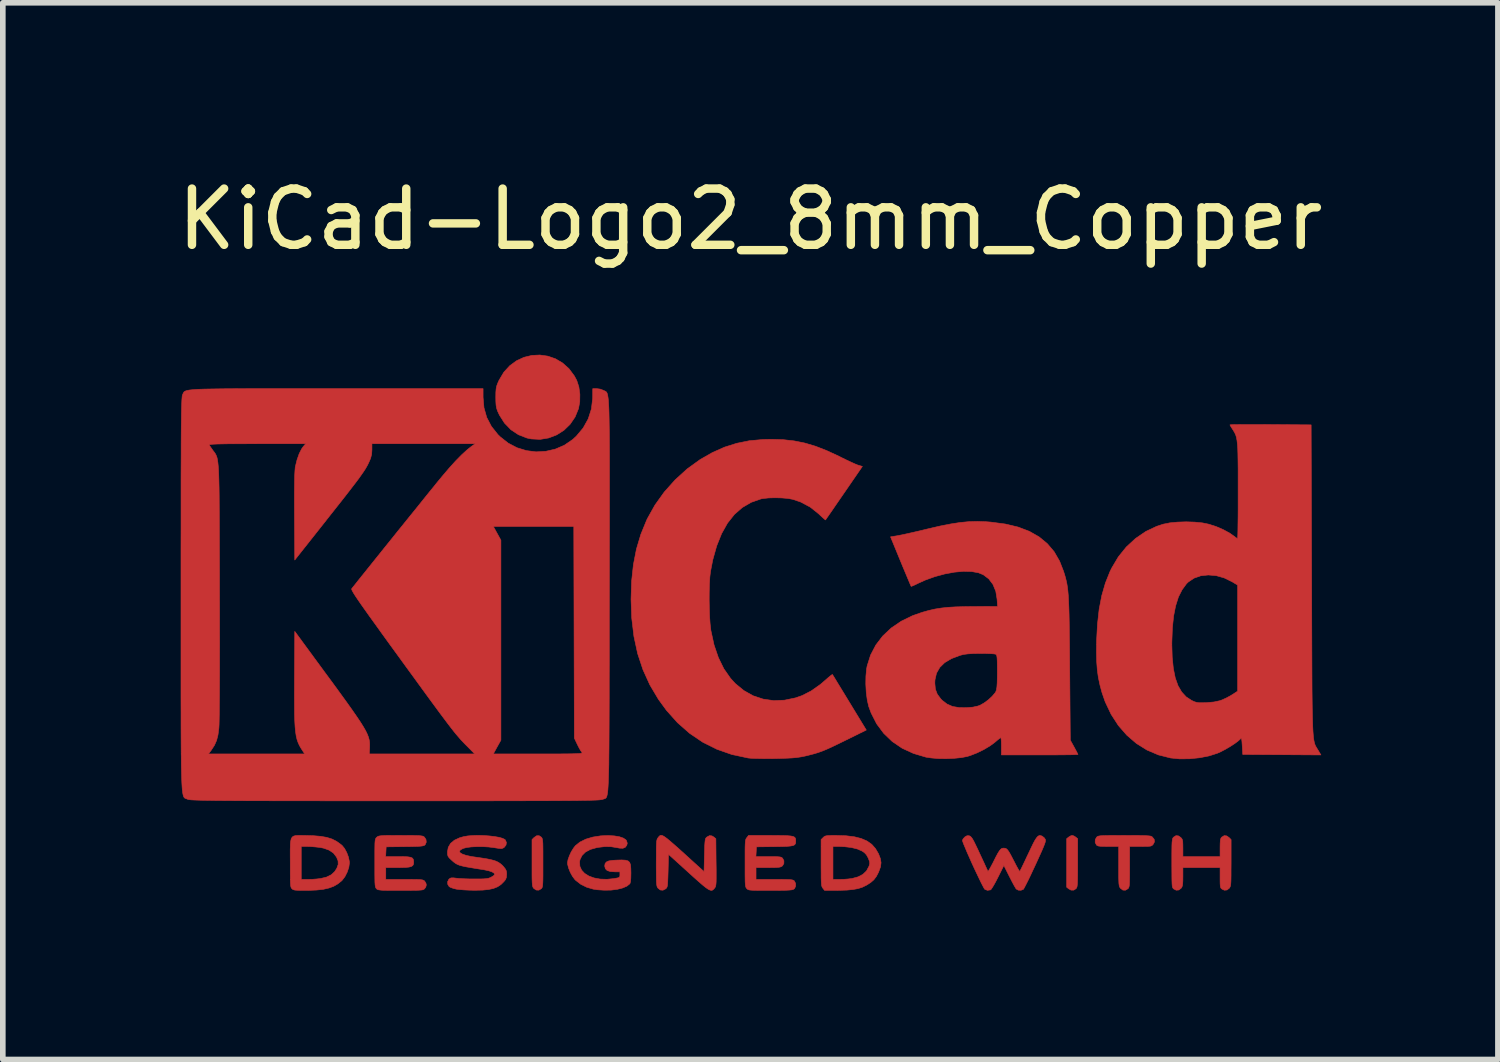
<source format=kicad_pcb>
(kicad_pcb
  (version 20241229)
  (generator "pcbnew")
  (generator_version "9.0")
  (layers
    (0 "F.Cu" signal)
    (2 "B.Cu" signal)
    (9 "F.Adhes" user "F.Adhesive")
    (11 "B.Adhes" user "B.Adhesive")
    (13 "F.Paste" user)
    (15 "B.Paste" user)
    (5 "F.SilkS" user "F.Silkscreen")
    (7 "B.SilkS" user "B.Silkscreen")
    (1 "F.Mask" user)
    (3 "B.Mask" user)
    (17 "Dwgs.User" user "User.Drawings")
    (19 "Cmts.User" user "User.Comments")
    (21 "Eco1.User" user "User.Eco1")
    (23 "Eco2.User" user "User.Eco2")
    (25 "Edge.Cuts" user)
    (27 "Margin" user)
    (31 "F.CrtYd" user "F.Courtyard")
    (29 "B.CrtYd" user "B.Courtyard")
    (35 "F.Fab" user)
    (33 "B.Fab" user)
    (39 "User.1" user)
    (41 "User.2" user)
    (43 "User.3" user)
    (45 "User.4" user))
  (footprint "KiCad-Logo2_8mm_Copper"
    (layer "F.Cu")
    (at 10.292 7.198)
    (property "Reference" "KiCad-Logo2_8mm_Copper" (at 0 -6.35 0) (layer "F.SilkS") (effects (font (size 1 1) (thickness 0.15))))
    (attr exclude_from_pos_files exclude_from_bom)
    (fp_poly (pts (xy 5.752 4.615) (xy 5.783 4.635) (xy 5.819 4.664) (xy 5.819 5.092) (xy 5.819 5.217) (xy 5.818 5.316) (xy 5.817 5.391) (xy 5.815 5.447) (xy 5.812 5.487) (xy 5.808 5.515) (xy 5.802 5.533) (xy 5.795 5.545) (xy 5.79 5.552) (xy 5.748 5.579) (xy 5.701 5.578) (xy 5.659 5.555) (xy 5.623 5.526) (xy 5.623 4.664) (xy 5.659 4.635) (xy 5.693 4.614) (xy 5.721 4.606) (xy 5.752 4.615)) (stroke (width 0.01) (type solid)) (fill yes) (layer "F.Cu"))
    (fp_poly (pts (xy -3.718 4.636) (xy -3.709 4.647) (xy -3.702 4.66) (xy -3.697 4.679) (xy -3.693 4.708) (xy -3.69 4.751) (xy -3.689 4.811) (xy -3.688 4.89) (xy -3.688 4.994) (xy -3.688 5.095) (xy -3.688 5.22) (xy -3.688 5.318) (xy -3.689 5.393) (xy -3.691 5.449) (xy -3.694 5.489) (xy -3.698 5.516) (xy -3.703 5.533) (xy -3.711 5.545) (xy -3.718 5.553) (xy -3.762 5.579) (xy -3.808 5.577) (xy -3.85 5.549) (xy -3.86 5.537) (xy -3.867 5.524) (xy -3.873 5.506) (xy -3.877 5.479) (xy -3.88 5.439) (xy -3.882 5.383) (xy -3.883 5.308) (xy -3.883 5.209) (xy -3.883 5.097) (xy -3.883 4.68) (xy -3.846 4.643) (xy -3.801 4.612) (xy -3.756 4.611) (xy -3.718 4.636)) (stroke (width 0.01) (type solid)) (fill yes) (layer "F.Cu"))
    (fp_poly (pts (xy -3.602 -3.916) (xy -3.466 -3.869) (xy -3.339 -3.794) (xy -3.226 -3.693) (xy -3.13 -3.564) (xy -3.087 -3.483) (xy -3.05 -3.37) (xy -3.032 -3.239) (xy -3.034 -3.105) (xy -3.056 -2.983) (xy -3.117 -2.834) (xy -3.205 -2.705) (xy -3.315 -2.598) (xy -3.444 -2.516) (xy -3.587 -2.461) (xy -3.739 -2.436) (xy -3.896 -2.444) (xy -3.973 -2.46) (xy -4.124 -2.519) (xy -4.258 -2.608) (xy -4.372 -2.726) (xy -4.463 -2.869) (xy -4.47 -2.885) (xy -4.497 -2.943) (xy -4.513 -2.993) (xy -4.522 -3.045) (xy -4.526 -3.111) (xy -4.527 -3.184) (xy -4.526 -3.271) (xy -4.521 -3.334) (xy -4.511 -3.385) (xy -4.492 -3.436) (xy -4.469 -3.487) (xy -4.384 -3.63) (xy -4.279 -3.745) (xy -4.158 -3.834) (xy -4.026 -3.895) (xy -3.886 -3.929) (xy -3.744 -3.936) (xy -3.602 -3.916)) (stroke (width 0.01) (type solid)) (fill yes) (layer "F.Cu"))
    (fp_poly (pts (xy 6.783 4.607) (xy 6.887 4.607) (xy 6.969 4.608) (xy 7.03 4.61) (xy 7.074 4.613) (xy 7.105 4.616) (xy 7.126 4.621) (xy 7.139 4.628) (xy 7.146 4.633) (xy 7.18 4.676) (xy 7.184 4.721) (xy 7.163 4.762) (xy 7.149 4.778) (xy 7.134 4.789) (xy 7.113 4.796) (xy 7.079 4.8) (xy 7.027 4.801) (xy 6.952 4.802) (xy 6.937 4.802) (xy 6.743 4.802) (xy 6.743 5.163) (xy 6.743 5.276) (xy 6.742 5.364) (xy 6.741 5.429) (xy 6.739 5.475) (xy 6.735 5.507) (xy 6.729 5.528) (xy 6.722 5.543) (xy 6.713 5.553) (xy 6.669 5.58) (xy 6.623 5.578) (xy 6.582 5.547) (xy 6.579 5.544) (xy 6.569 5.53) (xy 6.561 5.513) (xy 6.556 5.49) (xy 6.552 5.457) (xy 6.55 5.409) (xy 6.548 5.343) (xy 6.548 5.254) (xy 6.548 5.153) (xy 6.548 4.802) (xy 6.362 4.802) (xy 6.282 4.801) (xy 6.227 4.799) (xy 6.191 4.795) (xy 6.168 4.787) (xy 6.153 4.776) (xy 6.152 4.774) (xy 6.13 4.73) (xy 6.132 4.68) (xy 6.157 4.636) (xy 6.167 4.628) (xy 6.179 4.621) (xy 6.198 4.616) (xy 6.226 4.612) (xy 6.267 4.61) (xy 6.324 4.608) (xy 6.4 4.607) (xy 6.499 4.607) (xy 6.624 4.606) (xy 6.651 4.606) (xy 6.783 4.607)) (stroke (width 0.01) (type solid)) (fill yes) (layer "F.Cu"))
    (fp_poly (pts (xy 8.468 4.614) (xy 8.51 4.643) (xy 8.547 4.68) (xy 8.547 5.092) (xy 8.546 5.214) (xy 8.546 5.31) (xy 8.545 5.384) (xy 8.543 5.438) (xy 8.54 5.476) (xy 8.536 5.503) (xy 8.529 5.521) (xy 8.522 5.535) (xy 8.515 5.544) (xy 8.474 5.576) (xy 8.427 5.58) (xy 8.385 5.56) (xy 8.37 5.548) (xy 8.361 5.532) (xy 8.355 5.507) (xy 8.352 5.466) (xy 8.351 5.405) (xy 8.351 5.357) (xy 8.351 5.178) (xy 7.69 5.178) (xy 7.69 5.341) (xy 7.689 5.416) (xy 7.686 5.467) (xy 7.681 5.501) (xy 7.671 5.526) (xy 7.659 5.544) (xy 7.618 5.576) (xy 7.571 5.58) (xy 7.526 5.557) (xy 7.514 5.545) (xy 7.506 5.529) (xy 7.5 5.504) (xy 7.497 5.465) (xy 7.495 5.406) (xy 7.494 5.324) (xy 7.494 5.305) (xy 7.493 5.15) (xy 7.493 5.023) (xy 7.493 4.919) (xy 7.494 4.838) (xy 7.495 4.775) (xy 7.497 4.728) (xy 7.501 4.695) (xy 7.505 4.671) (xy 7.51 4.656) (xy 7.517 4.645) (xy 7.525 4.636) (xy 7.567 4.61) (xy 7.611 4.614) (xy 7.653 4.643) (xy 7.67 4.662) (xy 7.681 4.684) (xy 7.687 4.714) (xy 7.689 4.76) (xy 7.69 4.828) (xy 7.69 4.982) (xy 8.351 4.982) (xy 8.351 4.824) (xy 8.352 4.752) (xy 8.355 4.703) (xy 8.36 4.671) (xy 8.37 4.649) (xy 8.381 4.636) (xy 8.424 4.61) (xy 8.468 4.614)) (stroke (width 0.01) (type solid)) (fill yes) (layer "F.Cu"))
    (fp_poly (pts (xy 1.531 4.607) (xy 1.703 4.612) (xy 1.849 4.63) (xy 1.971 4.661) (xy 2.073 4.705) (xy 2.157 4.764) (xy 2.224 4.84) (xy 2.278 4.932) (xy 2.279 4.934) (xy 2.311 5.017) (xy 2.323 5.09) (xy 2.314 5.164) (xy 2.283 5.248) (xy 2.278 5.261) (xy 2.239 5.336) (xy 2.195 5.394) (xy 2.139 5.443) (xy 2.062 5.492) (xy 2.057 5.494) (xy 1.99 5.527) (xy 1.915 5.551) (xy 1.825 5.567) (xy 1.718 5.578) (xy 1.586 5.582) (xy 1.54 5.583) (xy 1.319 5.583) (xy 1.288 5.544) (xy 1.279 5.531) (xy 1.272 5.516) (xy 1.266 5.494) (xy 1.263 5.464) (xy 1.26 5.42) (xy 1.259 5.388) (xy 1.468 5.388) (xy 1.593 5.388) (xy 1.666 5.386) (xy 1.741 5.38) (xy 1.802 5.372) (xy 1.806 5.372) (xy 1.916 5.342) (xy 2 5.298) (xy 2.064 5.237) (xy 2.107 5.157) (xy 2.115 5.136) (xy 2.122 5.103) (xy 2.119 5.071) (xy 2.103 5.028) (xy 2.094 5.006) (xy 2.063 4.95) (xy 2.025 4.91) (xy 1.984 4.883) (xy 1.902 4.847) (xy 1.796 4.821) (xy 1.673 4.806) (xy 1.584 4.802) (xy 1.468 4.802) (xy 1.468 5.388) (xy 1.259 5.388) (xy 1.258 5.36) (xy 1.258 5.279) (xy 1.257 5.174) (xy 1.257 5.092) (xy 1.257 4.68) (xy 1.294 4.643) (xy 1.31 4.628) (xy 1.328 4.618) (xy 1.353 4.612) (xy 1.39 4.608) (xy 1.446 4.607) (xy 1.526 4.607) (xy 1.531 4.607)) (stroke (width 0.01) (type solid)) (fill yes) (layer "F.Cu"))
    (fp_poly (pts (xy -7.975 4.606) (xy -7.922 4.607) (xy -7.768 4.611) (xy -7.639 4.622) (xy -7.531 4.641) (xy -7.439 4.67) (xy -7.358 4.711) (xy -7.286 4.763) (xy -7.259 4.785) (xy -7.216 4.838) (xy -7.177 4.91) (xy -7.147 4.99) (xy -7.131 5.067) (xy -7.129 5.095) (xy -7.14 5.173) (xy -7.169 5.259) (xy -7.21 5.34) (xy -7.259 5.404) (xy -7.267 5.412) (xy -7.335 5.467) (xy -7.409 5.51) (xy -7.493 5.541) (xy -7.593 5.564) (xy -7.712 5.577) (xy -7.854 5.583) (xy -7.919 5.583) (xy -8.002 5.583) (xy -8.06 5.581) (xy -8.099 5.578) (xy -8.125 5.571) (xy -8.142 5.562) (xy -8.151 5.553) (xy -8.16 5.543) (xy -8.167 5.53) (xy -8.172 5.511) (xy -8.176 5.481) (xy -8.179 5.439) (xy -8.18 5.379) (xy -8.181 5.299) (xy -8.181 5.196) (xy -8.181 5.095) (xy -8.182 4.961) (xy -8.182 4.853) (xy -8.18 4.802) (xy -7.986 4.802) (xy -7.986 5.388) (xy -7.862 5.388) (xy -7.787 5.386) (xy -7.709 5.38) (xy -7.644 5.372) (xy -7.642 5.372) (xy -7.537 5.347) (xy -7.455 5.307) (xy -7.393 5.251) (xy -7.353 5.189) (xy -7.329 5.122) (xy -7.331 5.058) (xy -7.359 4.99) (xy -7.414 4.919) (xy -7.491 4.867) (xy -7.59 4.832) (xy -7.657 4.819) (xy -7.732 4.811) (xy -7.812 4.804) (xy -7.881 4.802) (xy -7.885 4.802) (xy -7.986 4.802) (xy -8.18 4.802) (xy -8.18 4.77) (xy -8.174 4.708) (xy -8.163 4.663) (xy -8.145 4.634) (xy -8.119 4.617) (xy -8.083 4.608) (xy -8.036 4.606) (xy -7.975 4.606)) (stroke (width 0.01) (type solid)) (fill yes) (layer "F.Cu"))
    (fp_poly (pts (xy -1.556 4.612) (xy -1.524 4.631) (xy -1.483 4.661) (xy -1.431 4.704) (xy -1.364 4.762) (xy -1.281 4.835) (xy -1.18 4.926) (xy -1.065 5.031) (xy -0.824 5.249) (xy -0.817 4.957) (xy -0.814 4.856) (xy -0.812 4.781) (xy -0.808 4.727) (xy -0.804 4.691) (xy -0.799 4.667) (xy -0.79 4.651) (xy -0.78 4.64) (xy -0.774 4.635) (xy -0.728 4.61) (xy -0.684 4.614) (xy -0.649 4.635) (xy -0.614 4.664) (xy -0.61 5.083) (xy -0.608 5.206) (xy -0.608 5.303) (xy -0.608 5.377) (xy -0.609 5.432) (xy -0.612 5.471) (xy -0.616 5.499) (xy -0.621 5.518) (xy -0.629 5.532) (xy -0.637 5.543) (xy -0.655 5.564) (xy -0.673 5.578) (xy -0.693 5.583) (xy -0.718 5.578) (xy -0.751 5.562) (xy -0.793 5.533) (xy -0.848 5.489) (xy -0.917 5.429) (xy -1.004 5.352) (xy -1.102 5.263) (xy -1.456 4.942) (xy -1.463 5.234) (xy -1.466 5.335) (xy -1.469 5.41) (xy -1.472 5.463) (xy -1.476 5.5) (xy -1.482 5.523) (xy -1.49 5.539) (xy -1.501 5.55) (xy -1.506 5.555) (xy -1.555 5.58) (xy -1.602 5.576) (xy -1.642 5.544) (xy -1.652 5.531) (xy -1.659 5.515) (xy -1.664 5.494) (xy -1.668 5.464) (xy -1.671 5.42) (xy -1.672 5.359) (xy -1.673 5.278) (xy -1.674 5.173) (xy -1.674 5.095) (xy -1.673 4.973) (xy -1.673 4.878) (xy -1.672 4.805) (xy -1.67 4.751) (xy -1.667 4.713) (xy -1.662 4.686) (xy -1.656 4.668) (xy -1.648 4.654) (xy -1.642 4.646) (xy -1.627 4.627) (xy -1.613 4.613) (xy -1.598 4.605) (xy -1.58 4.604) (xy -1.556 4.612)) (stroke (width 0.01) (type solid)) (fill yes) (layer "F.Cu"))
    (fp_poly (pts (xy -2.421 4.614) (xy -2.33 4.629) (xy -2.26 4.653) (xy -2.214 4.684) (xy -2.202 4.702) (xy -2.189 4.744) (xy -2.198 4.781) (xy -2.225 4.817) (xy -2.266 4.834) (xy -2.327 4.832) (xy -2.374 4.823) (xy -2.478 4.806) (xy -2.584 4.804) (xy -2.703 4.818) (xy -2.736 4.824) (xy -2.846 4.855) (xy -2.933 4.902) (xy -2.994 4.963) (xy -3.03 5.037) (xy -3.037 5.075) (xy -3.032 5.154) (xy -3.001 5.223) (xy -2.947 5.281) (xy -2.872 5.328) (xy -2.779 5.362) (xy -2.671 5.382) (xy -2.551 5.386) (xy -2.422 5.373) (xy -2.415 5.371) (xy -2.364 5.362) (xy -2.335 5.353) (xy -2.323 5.339) (xy -2.32 5.316) (xy -2.32 5.304) (xy -2.32 5.253) (xy -2.411 5.253) (xy -2.492 5.247) (xy -2.546 5.23) (xy -2.578 5.198) (xy -2.59 5.152) (xy -2.59 5.146) (xy -2.583 5.106) (xy -2.56 5.078) (xy -2.517 5.059) (xy -2.45 5.049) (xy -2.385 5.045) (xy -2.291 5.042) (xy -2.223 5.046) (xy -2.176 5.059) (xy -2.147 5.085) (xy -2.132 5.127) (xy -2.126 5.191) (xy -2.124 5.273) (xy -2.126 5.366) (xy -2.132 5.429) (xy -2.141 5.462) (xy -2.143 5.465) (xy -2.195 5.507) (xy -2.271 5.54) (xy -2.366 5.564) (xy -2.476 5.578) (xy -2.596 5.58) (xy -2.72 5.572) (xy -2.793 5.561) (xy -2.908 5.528) (xy -3.015 5.475) (xy -3.104 5.406) (xy -3.118 5.393) (xy -3.162 5.335) (xy -3.202 5.263) (xy -3.232 5.188) (xy -3.25 5.119) (xy -3.252 5.093) (xy -3.243 5.038) (xy -3.219 4.97) (xy -3.186 4.898) (xy -3.146 4.833) (xy -3.112 4.789) (xy -3.031 4.724) (xy -2.926 4.672) (xy -2.801 4.635) (xy -2.66 4.613) (xy -2.53 4.608) (xy -2.421 4.614)) (stroke (width 0.01) (type solid)) (fill yes) (layer "F.Cu"))
    (fp_poly (pts (xy 0.482 4.607) (xy 0.583 4.608) (xy 0.661 4.611) (xy 0.719 4.616) (xy 0.758 4.624) (xy 0.784 4.636) (xy 0.798 4.652) (xy 0.805 4.673) (xy 0.806 4.699) (xy 0.806 4.703) (xy 0.805 4.733) (xy 0.799 4.756) (xy 0.784 4.774) (xy 0.757 4.786) (xy 0.715 4.794) (xy 0.655 4.8) (xy 0.572 4.803) (xy 0.463 4.805) (xy 0.43 4.805) (xy 0.107 4.809) (xy 0.103 4.896) (xy 0.098 4.982) (xy 0.322 4.982) (xy 0.41 4.982) (xy 0.472 4.984) (xy 0.515 4.987) (xy 0.542 4.992) (xy 0.56 5) (xy 0.573 5.012) (xy 0.573 5.012) (xy 0.596 5.056) (xy 0.595 5.105) (xy 0.571 5.146) (xy 0.566 5.15) (xy 0.549 5.161) (xy 0.525 5.169) (xy 0.49 5.174) (xy 0.438 5.176) (xy 0.364 5.177) (xy 0.316 5.178) (xy 0.1 5.178) (xy 0.1 5.388) (xy 0.428 5.388) (xy 0.537 5.388) (xy 0.619 5.389) (xy 0.679 5.391) (xy 0.721 5.393) (xy 0.749 5.398) (xy 0.767 5.404) (xy 0.778 5.412) (xy 0.781 5.415) (xy 0.803 5.457) (xy 0.805 5.505) (xy 0.787 5.547) (xy 0.773 5.56) (xy 0.758 5.567) (xy 0.736 5.573) (xy 0.702 5.577) (xy 0.653 5.58) (xy 0.585 5.582) (xy 0.495 5.583) (xy 0.379 5.583) (xy 0.353 5.583) (xy 0.235 5.583) (xy 0.143 5.583) (xy 0.075 5.582) (xy 0.025 5.58) (xy -0.01 5.577) (xy -0.033 5.572) (xy -0.048 5.565) (xy -0.059 5.557) (xy -0.065 5.55) (xy -0.074 5.539) (xy -0.081 5.526) (xy -0.086 5.506) (xy -0.09 5.477) (xy -0.093 5.434) (xy -0.094 5.374) (xy -0.095 5.294) (xy -0.095 5.189) (xy -0.095 5.102) (xy -0.095 4.979) (xy -0.095 4.882) (xy -0.094 4.808) (xy -0.092 4.754) (xy -0.089 4.715) (xy -0.085 4.688) (xy -0.079 4.669) (xy -0.071 4.655) (xy -0.064 4.646) (xy -0.033 4.606) (xy 0.353 4.606) (xy 0.482 4.607)) (stroke (width 0.01) (type solid)) (fill yes) (layer "F.Cu"))
    (fp_poly (pts (xy -6.099 4.607) (xy -6.007 4.607) (xy -5.937 4.608) (xy -5.886 4.61) (xy -5.851 4.614) (xy -5.827 4.618) (xy -5.811 4.625) (xy -5.799 4.633) (xy -5.795 4.637) (xy -5.768 4.678) (xy -5.763 4.726) (xy -5.781 4.768) (xy -5.789 4.777) (xy -5.802 4.785) (xy -5.823 4.791) (xy -5.855 4.796) (xy -5.903 4.8) (xy -5.971 4.802) (xy -6.062 4.804) (xy -6.146 4.805) (xy -6.476 4.809) (xy -6.485 4.982) (xy -6.261 4.982) (xy -6.164 4.983) (xy -6.092 4.986) (xy -6.043 4.994) (xy -6.012 5.007) (xy -5.995 5.028) (xy -5.988 5.057) (xy -5.987 5.084) (xy -5.99 5.117) (xy -6.003 5.141) (xy -6.028 5.158) (xy -6.071 5.169) (xy -6.133 5.175) (xy -6.221 5.177) (xy -6.268 5.178) (xy -6.483 5.178) (xy -6.483 5.388) (xy -6.152 5.388) (xy -6.044 5.388) (xy -5.962 5.389) (xy -5.901 5.39) (xy -5.859 5.393) (xy -5.83 5.397) (xy -5.811 5.404) (xy -5.798 5.412) (xy -5.792 5.418) (xy -5.769 5.454) (xy -5.762 5.486) (xy -5.772 5.525) (xy -5.792 5.553) (xy -5.802 5.562) (xy -5.816 5.569) (xy -5.836 5.575) (xy -5.866 5.578) (xy -5.911 5.581) (xy -5.973 5.582) (xy -6.056 5.583) (xy -6.164 5.583) (xy -6.22 5.583) (xy -6.34 5.583) (xy -6.434 5.583) (xy -6.505 5.582) (xy -6.556 5.58) (xy -6.592 5.576) (xy -6.617 5.572) (xy -6.633 5.566) (xy -6.644 5.558) (xy -6.648 5.553) (xy -6.657 5.543) (xy -6.664 5.53) (xy -6.669 5.511) (xy -6.673 5.481) (xy -6.676 5.438) (xy -6.677 5.379) (xy -6.678 5.298) (xy -6.678 5.194) (xy -6.678 5.097) (xy -6.678 4.973) (xy -6.678 4.876) (xy -6.677 4.801) (xy -6.676 4.746) (xy -6.673 4.707) (xy -6.669 4.681) (xy -6.663 4.663) (xy -6.656 4.651) (xy -6.646 4.641) (xy -6.644 4.639) (xy -6.632 4.629) (xy -6.619 4.622) (xy -6.6 4.616) (xy -6.571 4.612) (xy -6.53 4.609) (xy -6.472 4.607) (xy -6.394 4.607) (xy -6.291 4.606) (xy -6.218 4.606) (xy -6.099 4.607)) (stroke (width 0.01) (type solid)) (fill yes) (layer "F.Cu"))
    (fp_poly (pts (xy 5.161 4.609) (xy 5.187 4.618) (xy 5.188 4.619) (xy 5.223 4.646) (xy 5.243 4.674) (xy 5.246 4.687) (xy 5.246 4.704) (xy 5.241 4.729) (xy 5.229 4.764) (xy 5.21 4.812) (xy 5.182 4.878) (xy 5.144 4.962) (xy 5.095 5.07) (xy 5.068 5.129) (xy 5.019 5.233) (xy 4.974 5.33) (xy 4.933 5.414) (xy 4.898 5.483) (xy 4.872 5.533) (xy 4.856 5.561) (xy 4.852 5.565) (xy 4.811 5.581) (xy 4.764 5.579) (xy 4.727 5.559) (xy 4.725 5.557) (xy 4.711 5.534) (xy 4.686 5.491) (xy 4.654 5.431) (xy 4.618 5.361) (xy 4.605 5.336) (xy 4.507 5.14) (xy 4.401 5.352) (xy 4.363 5.426) (xy 4.328 5.489) (xy 4.298 5.538) (xy 4.277 5.568) (xy 4.27 5.574) (xy 4.215 5.582) (xy 4.169 5.565) (xy 4.155 5.546) (xy 4.132 5.503) (xy 4.101 5.442) (xy 4.064 5.366) (xy 4.022 5.278) (xy 3.978 5.185) (xy 3.934 5.089) (xy 3.892 4.994) (xy 3.853 4.906) (xy 3.82 4.827) (xy 3.793 4.763) (xy 3.776 4.717) (xy 3.77 4.693) (xy 3.77 4.692) (xy 3.785 4.663) (xy 3.814 4.633) (xy 3.816 4.631) (xy 3.852 4.611) (xy 3.885 4.611) (xy 3.898 4.615) (xy 3.913 4.623) (xy 3.929 4.64) (xy 3.949 4.667) (xy 3.973 4.71) (xy 4.003 4.771) (xy 4.043 4.854) (xy 4.078 4.93) (xy 4.119 5.018) (xy 4.156 5.097) (xy 4.186 5.164) (xy 4.209 5.213) (xy 4.221 5.241) (xy 4.223 5.245) (xy 4.231 5.238) (xy 4.25 5.208) (xy 4.277 5.16) (xy 4.31 5.098) (xy 4.323 5.072) (xy 4.366 4.986) (xy 4.4 4.923) (xy 4.427 4.88) (xy 4.449 4.853) (xy 4.469 4.838) (xy 4.491 4.832) (xy 4.505 4.832) (xy 4.529 4.834) (xy 4.551 4.843) (xy 4.573 4.863) (xy 4.597 4.897) (xy 4.627 4.949) (xy 4.665 5.022) (xy 4.687 5.064) (xy 4.721 5.131) (xy 4.751 5.186) (xy 4.774 5.226) (xy 4.787 5.244) (xy 4.789 5.245) (xy 4.798 5.23) (xy 4.817 5.193) (xy 4.845 5.135) (xy 4.88 5.062) (xy 4.919 4.978) (xy 4.939 4.937) (xy 4.99 4.829) (xy 5.03 4.746) (xy 5.063 4.685) (xy 5.091 4.644) (xy 5.115 4.619) (xy 5.137 4.608) (xy 5.161 4.609)) (stroke (width 0.01) (type solid)) (fill yes) (layer "F.Cu"))
    (fp_poly (pts (xy -4.74 4.608) (xy -4.64 4.615) (xy -4.548 4.626) (xy -4.467 4.64) (xy -4.405 4.658) (xy -4.365 4.678) (xy -4.359 4.684) (xy -4.338 4.73) (xy -4.345 4.777) (xy -4.377 4.818) (xy -4.379 4.819) (xy -4.398 4.831) (xy -4.418 4.838) (xy -4.446 4.839) (xy -4.489 4.834) (xy -4.554 4.824) (xy -4.559 4.823) (xy -4.656 4.811) (xy -4.761 4.805) (xy -4.865 4.805) (xy -4.963 4.81) (xy -5.047 4.821) (xy -5.108 4.837) (xy -5.112 4.839) (xy -5.157 4.864) (xy -5.173 4.889) (xy -5.161 4.914) (xy -5.121 4.938) (xy -5.056 4.96) (xy -4.965 4.98) (xy -4.905 4.989) (xy -4.78 5.007) (xy -4.68 5.023) (xy -4.601 5.04) (xy -4.54 5.057) (xy -4.492 5.078) (xy -4.453 5.102) (xy -4.417 5.132) (xy -4.389 5.161) (xy -4.356 5.203) (xy -4.339 5.238) (xy -4.334 5.281) (xy -4.334 5.297) (xy -4.338 5.35) (xy -4.353 5.39) (xy -4.38 5.424) (xy -4.434 5.478) (xy -4.495 5.519) (xy -4.567 5.548) (xy -4.653 5.567) (xy -4.76 5.578) (xy -4.891 5.581) (xy -4.912 5.581) (xy -5 5.579) (xy -5.086 5.575) (xy -5.163 5.569) (xy -5.22 5.562) (xy -5.224 5.562) (xy -5.281 5.548) (xy -5.329 5.531) (xy -5.356 5.516) (xy -5.381 5.475) (xy -5.383 5.428) (xy -5.361 5.385) (xy -5.356 5.381) (xy -5.336 5.366) (xy -5.311 5.36) (xy -5.272 5.361) (xy -5.224 5.367) (xy -5.172 5.372) (xy -5.098 5.376) (xy -5.011 5.379) (xy -4.921 5.38) (xy -4.897 5.38) (xy -4.807 5.38) (xy -4.741 5.378) (xy -4.693 5.374) (xy -4.658 5.368) (xy -4.63 5.358) (xy -4.613 5.35) (xy -4.575 5.328) (xy -4.551 5.308) (xy -4.548 5.302) (xy -4.555 5.279) (xy -4.59 5.256) (xy -4.65 5.235) (xy -4.733 5.217) (xy -4.758 5.213) (xy -4.886 5.193) (xy -4.987 5.176) (xy -5.068 5.162) (xy -5.13 5.148) (xy -5.178 5.134) (xy -5.216 5.118) (xy -5.248 5.099) (xy -5.278 5.077) (xy -5.309 5.049) (xy -5.32 5.039) (xy -5.357 5.003) (xy -5.377 4.974) (xy -5.385 4.941) (xy -5.386 4.899) (xy -5.372 4.818) (xy -5.331 4.748) (xy -5.263 4.691) (xy -5.168 4.647) (xy -5.1 4.628) (xy -5.027 4.615) (xy -4.939 4.608) (xy -4.841 4.605) (xy -4.74 4.608)) (stroke (width 0.01) (type solid)) (fill yes) (layer "F.Cu"))
    (fp_poly (pts (xy 0.581 -2.431) (xy 0.777 -2.409) (xy 0.967 -2.371) (xy 1.158 -2.314) (xy 1.358 -2.236) (xy 1.576 -2.135) (xy 1.615 -2.115) (xy 1.705 -2.071) (xy 1.79 -2.031) (xy 1.861 -1.999) (xy 1.91 -1.979) (xy 1.918 -1.977) (xy 1.991 -1.955) (xy 1.665 -1.481) (xy 1.585 -1.365) (xy 1.512 -1.259) (xy 1.449 -1.167) (xy 1.397 -1.092) (xy 1.359 -1.038) (xy 1.339 -1.008) (xy 1.335 -1.003) (xy 1.322 -1.013) (xy 1.288 -1.043) (xy 1.24 -1.087) (xy 1.214 -1.112) (xy 1.065 -1.231) (xy 0.897 -1.321) (xy 0.753 -1.37) (xy 0.666 -1.386) (xy 0.558 -1.395) (xy 0.44 -1.398) (xy 0.326 -1.395) (xy 0.229 -1.385) (xy 0.19 -1.378) (xy 0.015 -1.317) (xy -0.143 -1.225) (xy -0.284 -1.102) (xy -0.407 -0.947) (xy -0.512 -0.76) (xy -0.599 -0.543) (xy -0.669 -0.294) (xy -0.71 -0.082) (xy -0.721 0.012) (xy -0.728 0.134) (xy -0.732 0.273) (xy -0.733 0.423) (xy -0.73 0.575) (xy -0.725 0.718) (xy -0.716 0.846) (xy -0.704 0.949) (xy -0.702 0.964) (xy -0.646 1.22) (xy -0.569 1.445) (xy -0.472 1.643) (xy -0.353 1.813) (xy -0.269 1.905) (xy -0.117 2.03) (xy 0.049 2.123) (xy 0.227 2.182) (xy 0.414 2.209) (xy 0.607 2.201) (xy 0.803 2.16) (xy 0.92 2.119) (xy 1.08 2.037) (xy 1.246 1.92) (xy 1.339 1.84) (xy 1.391 1.794) (xy 1.432 1.761) (xy 1.455 1.745) (xy 1.458 1.744) (xy 1.469 1.761) (xy 1.496 1.804) (xy 1.537 1.872) (xy 1.59 1.959) (xy 1.653 2.062) (xy 1.723 2.177) (xy 1.762 2.241) (xy 2.061 2.732) (xy 1.688 2.916) (xy 1.553 2.982) (xy 1.444 3.034) (xy 1.354 3.075) (xy 1.276 3.107) (xy 1.203 3.133) (xy 1.13 3.155) (xy 1.049 3.176) (xy 0.971 3.195) (xy 0.901 3.209) (xy 0.829 3.22) (xy 0.746 3.228) (xy 0.645 3.233) (xy 0.52 3.237) (xy 0.435 3.239) (xy 0.315 3.24) (xy 0.199 3.239) (xy 0.096 3.237) (xy 0.013 3.234) (xy -0.042 3.229) (xy -0.045 3.228) (xy -0.33 3.167) (xy -0.598 3.073) (xy -0.848 2.948) (xy -1.08 2.791) (xy -1.295 2.602) (xy -1.492 2.382) (xy -1.635 2.186) (xy -1.787 1.93) (xy -1.91 1.659) (xy -2.005 1.372) (xy -2.071 1.066) (xy -2.11 0.74) (xy -2.122 0.408) (xy -2.112 0.087) (xy -2.08 -0.209) (xy -2.026 -0.486) (xy -1.948 -0.747) (xy -1.845 -0.999) (xy -1.833 -1.025) (xy -1.697 -1.268) (xy -1.531 -1.5) (xy -1.338 -1.716) (xy -1.125 -1.91) (xy -0.894 -2.077) (xy -0.679 -2.2) (xy -0.462 -2.297) (xy -0.244 -2.366) (xy -0.018 -2.412) (xy 0.226 -2.434) (xy 0.372 -2.437) (xy 0.581 -2.431)) (stroke (width 0.01) (type solid)) (fill yes) (layer "F.Cu"))
    (fp_poly (pts (xy 9.042 -2.7) (xy 9.196 -2.699) (xy 9.248 -2.699) (xy 9.97 -2.694) (xy 9.979 0.073) (xy 9.98 0.448) (xy 9.981 0.788) (xy 9.982 1.096) (xy 9.983 1.373) (xy 9.984 1.621) (xy 9.985 1.841) (xy 9.986 2.036) (xy 9.988 2.206) (xy 9.99 2.354) (xy 9.993 2.482) (xy 9.996 2.592) (xy 9.999 2.684) (xy 10.003 2.761) (xy 10.008 2.825) (xy 10.013 2.877) (xy 10.02 2.92) (xy 10.027 2.954) (xy 10.035 2.982) (xy 10.044 3.005) (xy 10.055 3.026) (xy 10.066 3.045) (xy 10.079 3.066) (xy 10.093 3.089) (xy 10.096 3.093) (xy 10.144 3.175) (xy 8.754 3.166) (xy 8.745 3.013) (xy 8.74 2.94) (xy 8.735 2.898) (xy 8.728 2.881) (xy 8.717 2.884) (xy 8.709 2.894) (xy 8.67 2.929) (xy 8.608 2.975) (xy 8.531 3.025) (xy 8.447 3.074) (xy 8.365 3.117) (xy 8.302 3.145) (xy 8.155 3.192) (xy 7.986 3.225) (xy 7.808 3.243) (xy 7.633 3.245) (xy 7.474 3.229) (xy 7.472 3.229) (xy 7.254 3.174) (xy 7.05 3.087) (xy 6.863 2.97) (xy 6.693 2.824) (xy 6.542 2.651) (xy 6.414 2.453) (xy 6.309 2.232) (xy 6.252 2.068) (xy 6.215 1.931) (xy 6.187 1.799) (xy 6.168 1.663) (xy 6.157 1.514) (xy 6.153 1.347) (xy 6.155 1.209) (xy 7.493 1.209) (xy 7.5 1.439) (xy 7.52 1.637) (xy 7.554 1.805) (xy 7.603 1.943) (xy 7.668 2.055) (xy 7.748 2.142) (xy 7.842 2.204) (xy 7.89 2.227) (xy 7.932 2.24) (xy 7.979 2.247) (xy 8.042 2.247) (xy 8.11 2.245) (xy 8.243 2.233) (xy 8.349 2.21) (xy 8.382 2.198) (xy 8.458 2.164) (xy 8.538 2.121) (xy 8.572 2.1) (xy 8.663 2.041) (xy 8.663 0.155) (xy 8.563 0.095) (xy 8.424 0.027) (xy 8.282 -0.013) (xy 8.142 -0.025) (xy 8.009 -0.011) (xy 7.889 0.031) (xy 7.787 0.099) (xy 7.754 0.131) (xy 7.675 0.239) (xy 7.61 0.368) (xy 7.561 0.523) (xy 7.525 0.704) (xy 7.503 0.915) (xy 7.494 1.157) (xy 7.493 1.209) (xy 6.155 1.209) (xy 6.155 1.152) (xy 6.171 0.854) (xy 6.201 0.584) (xy 6.248 0.34) (xy 6.312 0.118) (xy 6.394 -0.087) (xy 6.424 -0.148) (xy 6.542 -0.347) (xy 6.684 -0.523) (xy 6.848 -0.674) (xy 7.029 -0.798) (xy 7.225 -0.891) (xy 7.343 -0.929) (xy 7.458 -0.952) (xy 7.597 -0.965) (xy 7.748 -0.97) (xy 7.898 -0.965) (xy 8.038 -0.951) (xy 8.15 -0.928) (xy 8.283 -0.885) (xy 8.412 -0.829) (xy 8.525 -0.767) (xy 8.585 -0.725) (xy 8.627 -0.693) (xy 8.656 -0.674) (xy 8.662 -0.671) (xy 8.664 -0.689) (xy 8.666 -0.739) (xy 8.668 -0.819) (xy 8.669 -0.924) (xy 8.671 -1.051) (xy 8.672 -1.197) (xy 8.672 -1.357) (xy 8.672 -1.521) (xy 8.672 -1.731) (xy 8.672 -1.908) (xy 8.67 -2.055) (xy 8.668 -2.176) (xy 8.665 -2.274) (xy 8.659 -2.353) (xy 8.652 -2.416) (xy 8.643 -2.467) (xy 8.631 -2.508) (xy 8.616 -2.543) (xy 8.598 -2.576) (xy 8.577 -2.61) (xy 8.574 -2.614) (xy 8.546 -2.658) (xy 8.529 -2.688) (xy 8.527 -2.694) (xy 8.545 -2.696) (xy 8.595 -2.698) (xy 8.673 -2.699) (xy 8.776 -2.7) (xy 8.9 -2.7) (xy 9.042 -2.7)) (stroke (width 0.01) (type solid)) (fill yes) (layer "F.Cu"))
    (fp_poly (pts (xy 4.186 -0.972) (xy 4.276 -0.965) (xy 4.533 -0.931) (xy 4.76 -0.877) (xy 4.96 -0.801) (xy 5.132 -0.703) (xy 5.278 -0.583) (xy 5.4 -0.44) (xy 5.497 -0.272) (xy 5.568 -0.091) (xy 5.586 -0.033) (xy 5.602 0.021) (xy 5.615 0.075) (xy 5.627 0.13) (xy 5.637 0.191) (xy 5.645 0.26) (xy 5.652 0.339) (xy 5.657 0.433) (xy 5.662 0.543) (xy 5.666 0.672) (xy 5.669 0.825) (xy 5.671 1.003) (xy 5.674 1.209) (xy 5.676 1.447) (xy 5.677 1.633) (xy 5.688 2.912) (xy 5.756 3.035) (xy 5.788 3.094) (xy 5.812 3.14) (xy 5.823 3.165) (xy 5.824 3.167) (xy 5.806 3.168) (xy 5.757 3.17) (xy 5.678 3.172) (xy 5.576 3.173) (xy 5.453 3.174) (xy 5.314 3.175) (xy 5.162 3.175) (xy 5.144 3.175) (xy 4.463 3.175) (xy 4.463 3.021) (xy 4.462 2.951) (xy 4.459 2.898) (xy 4.454 2.869) (xy 4.452 2.867) (xy 4.434 2.878) (xy 4.397 2.907) (xy 4.349 2.948) (xy 4.348 2.949) (xy 4.26 3.014) (xy 4.149 3.08) (xy 4.028 3.139) (xy 3.908 3.186) (xy 3.855 3.202) (xy 3.751 3.222) (xy 3.622 3.235) (xy 3.481 3.241) (xy 3.34 3.239) (xy 3.211 3.228) (xy 3.121 3.214) (xy 2.899 3.148) (xy 2.699 3.056) (xy 2.522 2.936) (xy 2.371 2.791) (xy 2.245 2.622) (xy 2.147 2.43) (xy 2.104 2.313) (xy 2.078 2.2) (xy 2.06 2.064) (xy 2.052 1.917) (xy 2.052 1.896) (xy 3.279 1.896) (xy 3.289 2.005) (xy 3.323 2.095) (xy 3.386 2.179) (xy 3.41 2.204) (xy 3.496 2.27) (xy 3.594 2.313) (xy 3.713 2.333) (xy 3.837 2.335) (xy 3.956 2.325) (xy 4.046 2.305) (xy 4.086 2.29) (xy 4.156 2.25) (xy 4.232 2.194) (xy 4.3 2.131) (xy 4.351 2.07) (xy 4.365 2.047) (xy 4.375 2.016) (xy 4.383 1.967) (xy 4.388 1.894) (xy 4.39 1.793) (xy 4.391 1.697) (xy 4.39 1.585) (xy 4.389 1.504) (xy 4.386 1.449) (xy 4.381 1.414) (xy 4.373 1.394) (xy 4.362 1.384) (xy 4.359 1.383) (xy 4.33 1.378) (xy 4.272 1.374) (xy 4.193 1.371) (xy 4.102 1.37) (xy 4.082 1.37) (xy 3.96 1.372) (xy 3.866 1.378) (xy 3.791 1.388) (xy 3.729 1.404) (xy 3.575 1.462) (xy 3.455 1.533) (xy 3.367 1.619) (xy 3.309 1.721) (xy 3.282 1.839) (xy 3.279 1.896) (xy 2.052 1.896) (xy 2.054 1.774) (xy 2.066 1.645) (xy 2.076 1.592) (xy 2.137 1.399) (xy 2.23 1.221) (xy 2.353 1.06) (xy 2.504 0.918) (xy 2.682 0.797) (xy 2.885 0.698) (xy 3.057 0.638) (xy 3.172 0.606) (xy 3.282 0.581) (xy 3.395 0.563) (xy 3.516 0.55) (xy 3.654 0.542) (xy 3.816 0.538) (xy 3.962 0.536) (xy 4.395 0.535) (xy 4.386 0.405) (xy 4.363 0.264) (xy 4.313 0.143) (xy 4.238 0.044) (xy 4.141 -0.029) (xy 4.056 -0.064) (xy 3.934 -0.086) (xy 3.789 -0.09) (xy 3.627 -0.075) (xy 3.455 -0.043) (xy 3.281 0.004) (xy 3.111 0.065) (xy 2.987 0.121) (xy 2.928 0.15) (xy 2.882 0.17) (xy 2.859 0.178) (xy 2.858 0.178) (xy 2.85 0.16) (xy 2.83 0.114) (xy 2.8 0.042) (xy 2.762 -0.049) (xy 2.717 -0.156) (xy 2.672 -0.265) (xy 2.492 -0.703) (xy 2.62 -0.724) (xy 2.676 -0.735) (xy 2.76 -0.753) (xy 2.864 -0.776) (xy 2.982 -0.803) (xy 3.107 -0.833) (xy 3.157 -0.845) (xy 3.372 -0.895) (xy 3.56 -0.932) (xy 3.728 -0.958) (xy 3.884 -0.973) (xy 4.034 -0.977) (xy 4.186 -0.972)) (stroke (width 0.01) (type solid)) (fill yes) (layer "F.Cu"))
    (fp_poly (pts (xy -7.87 -3.338) (xy -7.521 -3.338) (xy -7.358 -3.338) (xy -4.753 -3.338) (xy -4.753 -3.185) (xy -4.737 -2.998) (xy -4.688 -2.826) (xy -4.605 -2.667) (xy -4.488 -2.52) (xy -4.448 -2.481) (xy -4.306 -2.369) (xy -4.149 -2.287) (xy -3.982 -2.236) (xy -3.81 -2.214) (xy -3.637 -2.224) (xy -3.468 -2.263) (xy -3.308 -2.332) (xy -3.162 -2.432) (xy -3.096 -2.492) (xy -2.973 -2.639) (xy -2.883 -2.801) (xy -2.827 -2.976) (xy -2.805 -3.161) (xy -2.804 -3.18) (xy -2.803 -3.338) (xy -2.733 -3.338) (xy -2.671 -3.33) (xy -2.615 -3.309) (xy -2.611 -3.307) (xy -2.598 -3.301) (xy -2.587 -3.296) (xy -2.576 -3.29) (xy -2.566 -3.284) (xy -2.557 -3.274) (xy -2.549 -3.26) (xy -2.542 -3.239) (xy -2.536 -3.211) (xy -2.53 -3.174) (xy -2.525 -3.127) (xy -2.521 -3.067) (xy -2.517 -2.994) (xy -2.514 -2.906) (xy -2.512 -2.801) (xy -2.51 -2.678) (xy -2.508 -2.535) (xy -2.507 -2.372) (xy -2.506 -2.186) (xy -2.506 -1.976) (xy -2.506 -1.74) (xy -2.506 -1.477) (xy -2.506 -1.185) (xy -2.506 -0.864) (xy -2.507 -0.511) (xy -2.507 -0.124) (xy -2.508 0.297) (xy -2.508 0.348) (xy -2.509 0.771) (xy -2.509 1.16) (xy -2.509 1.516) (xy -2.51 1.839) (xy -2.51 2.133) (xy -2.511 2.398) (xy -2.512 2.635) (xy -2.513 2.847) (xy -2.514 3.034) (xy -2.516 3.199) (xy -2.517 3.342) (xy -2.52 3.466) (xy -2.523 3.571) (xy -2.526 3.66) (xy -2.53 3.733) (xy -2.534 3.793) (xy -2.539 3.84) (xy -2.545 3.877) (xy -2.551 3.904) (xy -2.558 3.924) (xy -2.566 3.937) (xy -2.575 3.946) (xy -2.585 3.951) (xy -2.596 3.955) (xy -2.608 3.958) (xy -2.621 3.963) (xy -2.624 3.964) (xy -2.634 3.967) (xy -2.651 3.97) (xy -2.676 3.973) (xy -2.71 3.976) (xy -2.756 3.978) (xy -2.814 3.98) (xy -2.886 3.982) (xy -2.973 3.983) (xy -3.078 3.985) (xy -3.201 3.986) (xy -3.343 3.987) (xy -3.507 3.988) (xy -3.694 3.989) (xy -3.905 3.989) (xy -4.141 3.99) (xy -4.405 3.99) (xy -4.697 3.991) (xy -5.019 3.991) (xy -5.373 3.991) (xy -5.759 3.991) (xy -6.18 3.991) (xy -6.316 3.991) (xy -6.747 3.991) (xy -7.142 3.991) (xy -7.504 3.991) (xy -7.835 3.99) (xy -8.134 3.99) (xy -8.405 3.99) (xy -8.649 3.989) (xy -8.866 3.989) (xy -9.059 3.988) (xy -9.229 3.987) (xy -9.378 3.986) (xy -9.506 3.985) (xy -9.616 3.983) (xy -9.709 3.982) (xy -9.786 3.98) (xy -9.848 3.978) (xy -9.899 3.976) (xy -9.937 3.974) (xy -9.967 3.971) (xy -9.987 3.968) (xy -10.001 3.965) (xy -10.009 3.962) (xy -10.023 3.956) (xy -10.035 3.952) (xy -10.046 3.948) (xy -10.057 3.942) (xy -10.066 3.934) (xy -10.075 3.92) (xy -10.082 3.901) (xy -10.089 3.874) (xy -10.095 3.839) (xy -10.101 3.793) (xy -10.105 3.734) (xy -10.109 3.663) (xy -10.112 3.576) (xy -10.115 3.473) (xy -10.118 3.352) (xy -10.119 3.211) (xy -10.12 3.157) (xy -9.636 3.157) (xy -7.924 3.157) (xy -7.957 3.107) (xy -7.99 3.056) (xy -8.018 3.007) (xy -8.041 2.957) (xy -8.06 2.903) (xy -8.075 2.841) (xy -8.086 2.768) (xy -8.095 2.68) (xy -8.101 2.574) (xy -8.105 2.447) (xy -8.106 2.294) (xy -8.107 2.114) (xy -8.106 1.902) (xy -8.106 1.823) (xy -8.101 0.978) (xy -7.566 1.707) (xy -7.414 1.913) (xy -7.283 2.093) (xy -7.17 2.249) (xy -7.075 2.383) (xy -6.996 2.497) (xy -6.931 2.594) (xy -6.88 2.676) (xy -6.84 2.746) (xy -6.811 2.806) (xy -6.791 2.858) (xy -6.778 2.905) (xy -6.771 2.949) (xy -6.769 2.992) (xy -6.77 3.038) (xy -6.77 3.043) (xy -6.776 3.157) (xy -4.901 3.157) (xy -5.04 3.016) (xy -5.078 2.978) (xy -5.114 2.94) (xy -5.15 2.902) (xy -5.186 2.86) (xy -5.226 2.814) (xy -5.27 2.76) (xy -5.32 2.696) (xy -5.377 2.622) (xy -5.443 2.534) (xy -5.521 2.43) (xy -5.61 2.309) (xy -5.713 2.169) (xy -5.832 2.006) (xy -5.967 1.82) (xy -6.121 1.609) (xy -6.247 1.435) (xy -6.406 1.217) (xy -6.544 1.026) (xy -6.663 0.86) (xy -6.765 0.719) (xy -6.85 0.599) (xy -6.92 0.5) (xy -6.976 0.419) (xy -7.019 0.355) (xy -7.051 0.305) (xy -7.072 0.269) (xy -7.085 0.243) (xy -7.09 0.227) (xy -7.088 0.218) (xy -7.071 0.196) (xy -7.032 0.148) (xy -6.976 0.077) (xy -6.904 -0.013) (xy -6.818 -0.12) (xy -6.721 -0.241) (xy -6.615 -0.373) (xy -6.502 -0.514) (xy -6.385 -0.659) (xy -6.266 -0.808) (xy -6.2 -0.889) (xy -4.571 -0.889) (xy -4.504 -0.767) (xy -4.436 -0.644) (xy -4.436 2.912) (xy -4.504 3.034) (xy -4.571 3.157) (xy -3.771 3.157) (xy -3.579 3.157) (xy -3.422 3.157) (xy -3.294 3.156) (xy -3.193 3.155) (xy -3.117 3.153) (xy -3.062 3.151) (xy -3.025 3.148) (xy -3.004 3.144) (xy -2.994 3.139) (xy -2.993 3.132) (xy -2.999 3.125) (xy -2.999 3.125) (xy -3.022 3.092) (xy -3.052 3.038) (xy -3.079 2.984) (xy -3.13 2.876) (xy -3.135 0.993) (xy -3.14 -0.889) (xy -4.571 -0.889) (xy -6.2 -0.889) (xy -6.147 -0.955) (xy -6.03 -1.1) (xy -5.918 -1.238) (xy -5.814 -1.368) (xy -5.719 -1.486) (xy -5.635 -1.589) (xy -5.566 -1.675) (xy -5.512 -1.74) (xy -5.481 -1.778) (xy -5.36 -1.92) (xy -5.244 -2.049) (xy -5.136 -2.159) (xy -5.04 -2.247) (xy -4.973 -2.301) (xy -4.893 -2.359) (xy -6.729 -2.359) (xy -6.729 -2.251) (xy -6.734 -2.172) (xy -6.753 -2.098) (xy -6.783 -2.029) (xy -6.802 -1.989) (xy -6.823 -1.95) (xy -6.847 -1.909) (xy -6.877 -1.863) (xy -6.914 -1.81) (xy -6.959 -1.746) (xy -7.016 -1.67) (xy -7.086 -1.579) (xy -7.17 -1.47) (xy -7.271 -1.341) (xy -7.391 -1.189) (xy -7.532 -1.011) (xy -7.547 -0.991) (xy -8.101 -0.291) (xy -8.106 -1.066) (xy -8.107 -1.299) (xy -8.107 -1.495) (xy -8.105 -1.657) (xy -8.103 -1.784) (xy -8.098 -1.878) (xy -8.093 -1.938) (xy -8.091 -1.95) (xy -8.061 -2.071) (xy -8.023 -2.18) (xy -7.979 -2.267) (xy -7.953 -2.304) (xy -7.907 -2.359) (xy -8.772 -2.359) (xy -8.978 -2.358) (xy -9.15 -2.358) (xy -9.291 -2.357) (xy -9.404 -2.355) (xy -9.49 -2.353) (xy -9.553 -2.35) (xy -9.594 -2.347) (xy -9.616 -2.342) (xy -9.623 -2.337) (xy -9.622 -2.336) (xy -9.604 -2.308) (xy -9.573 -2.264) (xy -9.558 -2.242) (xy -9.541 -2.22) (xy -9.526 -2.2) (xy -9.513 -2.181) (xy -9.502 -2.16) (xy -9.491 -2.135) (xy -9.482 -2.106) (xy -9.475 -2.068) (xy -9.468 -2.022) (xy -9.462 -1.964) (xy -9.457 -1.893) (xy -9.453 -1.806) (xy -9.45 -1.703) (xy -9.447 -1.58) (xy -9.445 -1.436) (xy -9.444 -1.27) (xy -9.443 -1.078) (xy -9.442 -0.86) (xy -9.441 -0.613) (xy -9.44 -0.335) (xy -9.439 -0.024) (xy -9.439 0.261) (xy -9.438 0.579) (xy -9.438 0.883) (xy -9.437 1.17) (xy -9.438 1.439) (xy -9.438 1.687) (xy -9.439 1.913) (xy -9.44 2.114) (xy -9.442 2.289) (xy -9.443 2.436) (xy -9.445 2.553) (xy -9.447 2.638) (xy -9.45 2.689) (xy -9.45 2.694) (xy -9.466 2.818) (xy -9.491 2.917) (xy -9.529 3.003) (xy -9.585 3.089) (xy -9.591 3.098) (xy -9.636 3.157) (xy -10.12 3.157) (xy -10.121 3.049) (xy -10.122 2.865) (xy -10.123 2.657) (xy -10.123 2.423) (xy -10.124 2.162) (xy -10.124 1.873) (xy -10.124 1.554) (xy -10.124 1.203) (xy -10.124 0.82) (xy -10.124 0.401) (xy -10.124 0.318) (xy -10.124 -0.104) (xy -10.124 -0.492) (xy -10.123 -0.847) (xy -10.123 -1.169) (xy -10.123 -1.462) (xy -10.123 -1.725) (xy -10.122 -1.961) (xy -10.121 -2.172) (xy -10.121 -2.357) (xy -10.12 -2.521) (xy -10.119 -2.662) (xy -10.117 -2.784) (xy -10.116 -2.887) (xy -10.114 -2.974) (xy -10.112 -3.045) (xy -10.11 -3.102) (xy -10.108 -3.146) (xy -10.105 -3.18) (xy -10.103 -3.204) (xy -10.1 -3.22) (xy -10.096 -3.23) (xy -10.096 -3.23) (xy -10.089 -3.245) (xy -10.084 -3.258) (xy -10.077 -3.27) (xy -10.069 -3.281) (xy -10.056 -3.29) (xy -10.037 -3.299) (xy -10.011 -3.306) (xy -9.976 -3.313) (xy -9.929 -3.318) (xy -9.87 -3.323) (xy -9.796 -3.327) (xy -9.705 -3.33) (xy -9.597 -3.332) (xy -9.469 -3.334) (xy -9.319 -3.336) (xy -9.146 -3.337) (xy -8.948 -3.338) (xy -8.723 -3.338) (xy -8.47 -3.338) (xy -8.186 -3.338) (xy -7.87 -3.338)) (stroke (width 0.01) (type solid)) (fill yes) (layer "F.Cu")))
  (gr_rect
    (start -3 -3)
    (end 23.583 15.787)
    (stroke (width 0.1) (type default))
    (fill no)
    (layer "Edge.Cuts")))
</source>
